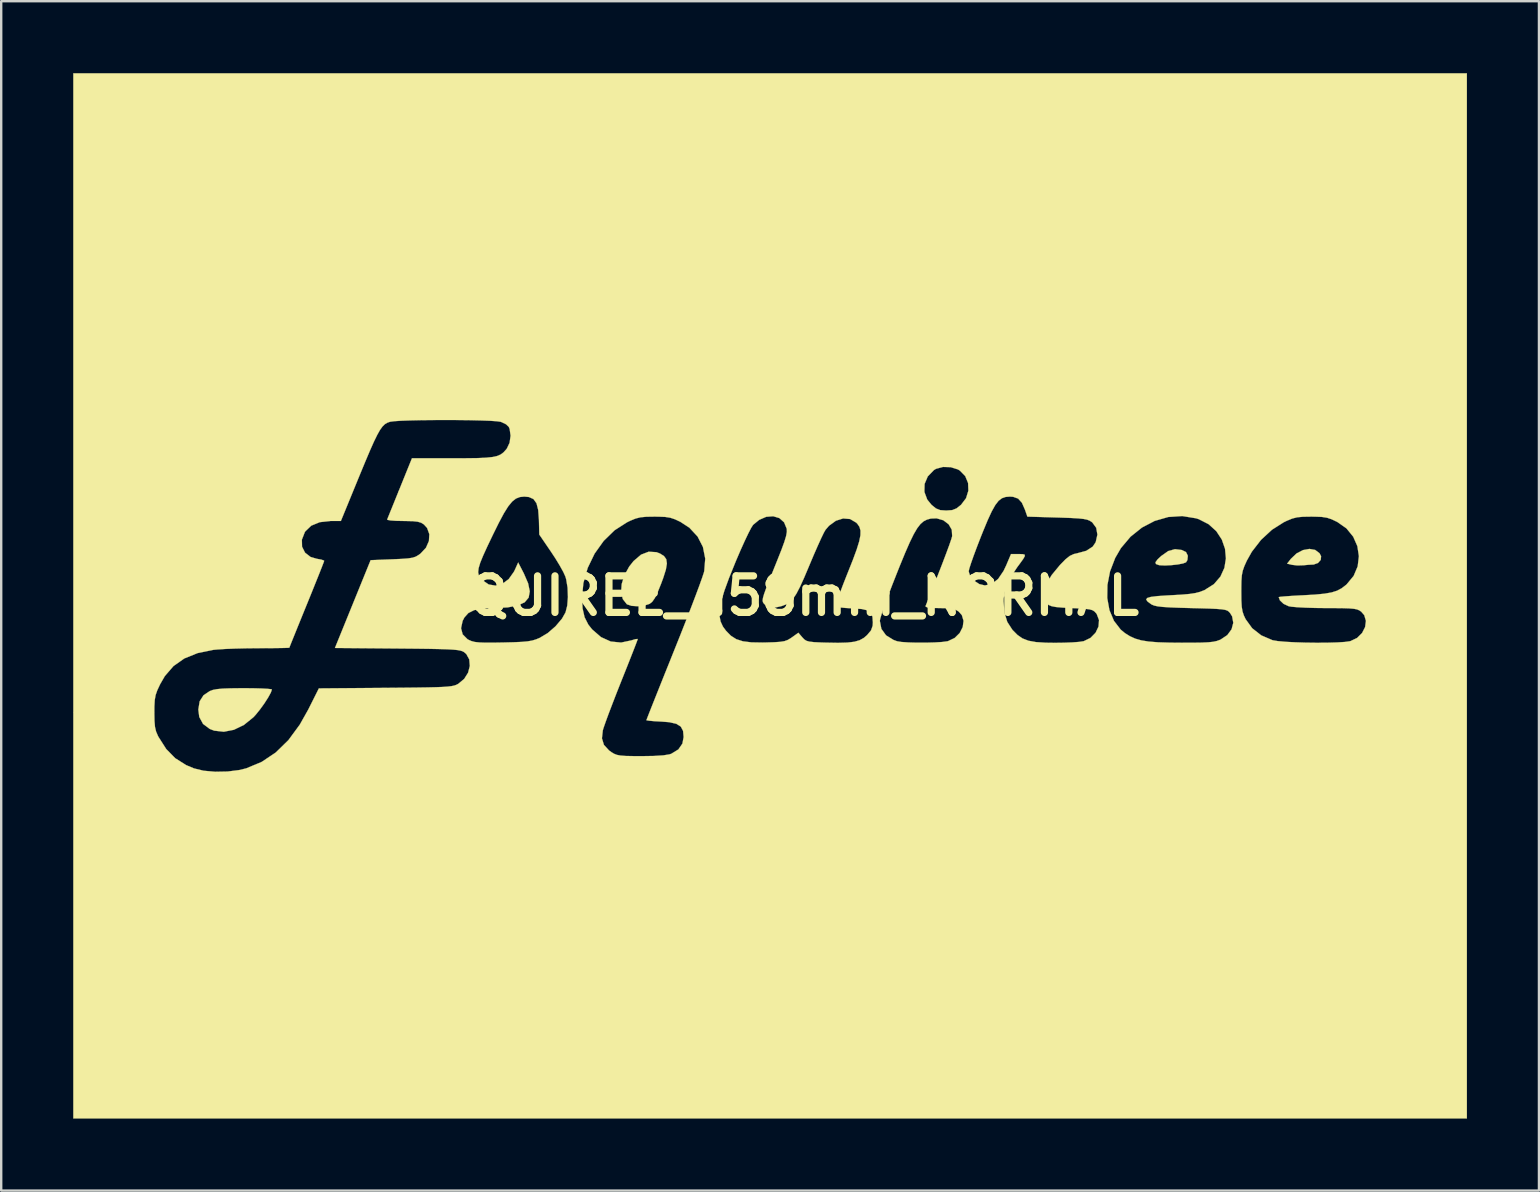
<source format=kicad_pcb>
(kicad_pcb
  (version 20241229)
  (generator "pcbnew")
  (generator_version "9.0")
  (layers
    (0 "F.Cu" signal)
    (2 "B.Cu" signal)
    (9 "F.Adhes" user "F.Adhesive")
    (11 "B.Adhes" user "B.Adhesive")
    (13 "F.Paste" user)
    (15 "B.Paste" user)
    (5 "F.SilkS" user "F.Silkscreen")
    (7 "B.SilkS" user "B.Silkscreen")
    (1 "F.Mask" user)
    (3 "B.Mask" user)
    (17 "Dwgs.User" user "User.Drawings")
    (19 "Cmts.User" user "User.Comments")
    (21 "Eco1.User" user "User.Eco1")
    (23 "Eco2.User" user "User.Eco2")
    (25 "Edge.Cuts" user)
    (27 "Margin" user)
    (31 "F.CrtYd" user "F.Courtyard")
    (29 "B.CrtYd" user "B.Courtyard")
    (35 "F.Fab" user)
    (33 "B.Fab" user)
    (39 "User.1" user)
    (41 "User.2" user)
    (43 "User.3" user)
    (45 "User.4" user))
  (footprint "ESQUIREE_a58mm_NORMAL"
    (layer "F.Cu")
    (at 29.034 21.776)
    (property "Reference" "ESQUIREE_a58mm_NORMAL" (at 0 0 0) (layer "F.SilkS") (effects (font (size 1.524 1.524) (thickness 0.3))))
    (attr through_hole)
    (fp_poly (pts (xy 22.71 -1.914) (xy 22.89 -1.777) (xy 22.956 -1.653) (xy 22.942 -1.501) (xy 22.826 -1.371) (xy 22.649 -1.307) (xy 22.619 -1.305) (xy 22.436 -1.296) (xy 22.212 -1.275) (xy 22.207 -1.275) (xy 21.965 -1.268) (xy 21.746 -1.294) (xy 21.54 -1.343) (xy 21.698 -1.544) (xy 21.935 -1.769) (xy 22.203 -1.908) (xy 22.471 -1.957) (xy 22.71 -1.914)) (stroke (width 0.01) (type solid)) (fill yes) (layer "F.SilkS"))
    (fp_poly (pts (xy 17.15 -1.912) (xy 17.328 -1.826) (xy 17.4 -1.682) (xy 17.403 -1.661) (xy 17.386 -1.492) (xy 17.33 -1.399) (xy 17.204 -1.351) (xy 16.983 -1.309) (xy 16.715 -1.28) (xy 16.452 -1.267) (xy 16.241 -1.276) (xy 16.202 -1.282) (xy 16.075 -1.328) (xy 16.056 -1.402) (xy 16.148 -1.525) (xy 16.294 -1.661) (xy 16.588 -1.868) (xy 16.869 -1.946) (xy 17.15 -1.912)) (stroke (width 0.01) (type solid)) (fill yes) (layer "F.SilkS"))
    (fp_poly (pts (xy -4.735 -1.821) (xy -4.586 -1.764) (xy -4.421 -1.66) (xy -4.326 -1.528) (xy -4.3 -1.347) (xy -4.342 -1.094) (xy -4.452 -0.747) (xy -4.548 -0.489) (xy -4.691 -0.137) (xy -4.808 0.1) (xy -4.913 0.248) (xy -5.02 0.332) (xy -5.022 0.333) (xy -5.244 0.404) (xy -5.514 0.432) (xy -5.772 0.415) (xy -5.958 0.353) (xy -5.97 0.345) (xy -6.137 0.133) (xy -6.206 -0.156) (xy -6.182 -0.496) (xy -6.068 -0.86) (xy -5.87 -1.221) (xy -5.687 -1.452) (xy -5.378 -1.717) (xy -5.059 -1.84) (xy -4.735 -1.821)) (stroke (width 0.01) (type solid)) (fill yes) (layer "F.SilkS"))
    (fp_poly (pts (xy -21.53 3.849) (xy -21.194 3.858) (xy -20.938 3.872) (xy -20.787 3.888) (xy -20.756 3.901) (xy -20.8 4.029) (xy -20.913 4.235) (xy -21.071 4.481) (xy -21.253 4.733) (xy -21.433 4.956) (xy -21.526 5.056) (xy -21.92 5.375) (xy -22.338 5.578) (xy -22.758 5.66) (xy -23.159 5.615) (xy -23.346 5.543) (xy -23.624 5.335) (xy -23.782 5.045) (xy -23.821 4.736) (xy -23.766 4.393) (xy -23.604 4.14) (xy -23.344 3.966) (xy -23.215 3.918) (xy -23.042 3.885) (xy -22.803 3.863) (xy -22.472 3.851) (xy -22.025 3.846) (xy -21.924 3.846) (xy -21.53 3.849)) (stroke (width 0.01) (type solid)) (fill yes) (layer "F.SilkS"))
    (fp_poly (pts (xy 29.029 21.771) (xy -29.029 21.771) (xy -29.029 4.861) (xy -25.654 4.861) (xy -25.648 5.21) (xy -25.627 5.459) (xy -25.582 5.65) (xy -25.506 5.828) (xy -25.481 5.876) (xy -25.16 6.379) (xy -24.785 6.762) (xy -24.332 7.049) (xy -24.001 7.188) (xy -23.601 7.285) (xy -23.118 7.328) (xy -22.605 7.318) (xy -22.115 7.256) (xy -21.828 7.186) (xy -21.182 6.917) (xy -20.597 6.526) (xy -20.068 6.009) (xy -19.593 5.362) (xy -19.24 4.734) (xy -18.799 3.854) (xy -16.022 3.832) (xy -15.311 3.826) (xy -14.731 3.82) (xy -14.266 3.813) (xy -13.902 3.804) (xy -13.623 3.793) (xy -13.416 3.778) (xy -13.265 3.759) (xy -13.155 3.735) (xy -13.071 3.705) (xy -13 3.668) (xy -12.99 3.663) (xy -12.745 3.459) (xy -12.582 3.199) (xy -12.51 2.917) (xy -12.533 2.647) (xy -12.657 2.422) (xy -12.754 2.34) (xy -12.818 2.306) (xy -12.905 2.279) (xy -13.03 2.256) (xy -13.209 2.239) (xy -13.456 2.225) (xy -13.786 2.215) (xy -14.214 2.206) (xy -14.756 2.199) (xy -15.425 2.193) (xy -15.539 2.192) (xy -18.13 2.17) (xy -17.795 1.346) (xy -12.876 1.346) (xy -12.808 1.603) (xy -12.61 1.802) (xy -12.551 1.836) (xy -12.437 1.885) (xy -12.302 1.92) (xy -12.12 1.94) (xy -11.865 1.95) (xy -11.511 1.949) (xy -11.14 1.943) (xy -10.689 1.932) (xy -10.353 1.917) (xy -10.105 1.895) (xy -9.916 1.862) (xy -9.755 1.814) (xy -9.599 1.75) (xy -9.263 1.549) (xy -8.939 1.267) (xy -8.67 0.949) (xy -8.522 0.687) (xy -8.451 0.406) (xy -8.424 0.068) (xy -7.837 0.068) (xy -7.812 0.528) (xy -7.729 0.889) (xy -7.576 1.192) (xy -7.416 1.395) (xy -7.044 1.718) (xy -6.639 1.902) (xy -6.209 1.945) (xy -5.788 1.856) (xy -5.618 1.805) (xy -5.523 1.794) (xy -5.515 1.801) (xy -5.541 1.877) (xy -5.614 2.07) (xy -5.727 2.36) (xy -5.872 2.729) (xy -6.043 3.159) (xy -6.2 3.552) (xy -6.393 4.039) (xy -6.571 4.5) (xy -6.728 4.911) (xy -6.852 5.25) (xy -6.937 5.495) (xy -6.969 5.6) (xy -7.006 5.935) (xy -6.923 6.207) (xy -6.709 6.44) (xy -6.611 6.511) (xy -6.502 6.577) (xy -6.386 6.623) (xy -6.236 6.652) (xy -6.023 6.669) (xy -5.718 6.675) (xy -5.357 6.677) (xy -4.837 6.669) (xy -4.454 6.645) (xy -4.198 6.604) (xy -4.116 6.578) (xy -3.821 6.397) (xy -3.653 6.153) (xy -3.602 5.881) (xy -3.625 5.626) (xy -3.72 5.446) (xy -3.906 5.329) (xy -4.202 5.262) (xy -4.538 5.236) (xy -4.816 5.221) (xy -5.029 5.202) (xy -5.142 5.184) (xy -5.153 5.178) (xy -5.126 5.106) (xy -5.051 4.913) (xy -4.933 4.614) (xy -4.777 4.222) (xy -4.589 3.751) (xy -4.375 3.215) (xy -4.139 2.629) (xy -3.99 2.257) (xy -3.739 1.63) (xy -3.503 1.031) (xy -3.425 0.83) (xy -2.108 0.83) (xy -2.062 1.069) (xy -1.964 1.281) (xy -1.835 1.456) (xy -1.633 1.661) (xy -1.408 1.804) (xy -1.131 1.893) (xy -0.775 1.937) (xy -0.311 1.945) (xy -0.208 1.943) (xy 0.161 1.932) (xy 0.418 1.915) (xy 0.598 1.886) (xy 0.732 1.838) (xy 0.856 1.765) (xy 0.907 1.73) (xy 1.179 1.536) (xy 1.345 1.73) (xy 1.425 1.814) (xy 1.513 1.871) (xy 1.639 1.906) (xy 1.834 1.928) (xy 2.127 1.942) (xy 2.326 1.948) (xy 2.833 1.957) (xy 3.219 1.946) (xy 3.511 1.911) (xy 3.732 1.847) (xy 3.906 1.75) (xy 4.041 1.634) (xy 4.205 1.438) (xy 4.273 1.246) (xy 4.282 1.11) (xy 4.277 1.038) (xy 4.571 1.038) (xy 4.637 1.375) (xy 4.83 1.643) (xy 5.145 1.837) (xy 5.293 1.891) (xy 5.474 1.92) (xy 5.759 1.94) (xy 6.111 1.95) (xy 6.488 1.95) (xy 6.852 1.94) (xy 7.164 1.921) (xy 7.382 1.892) (xy 7.416 1.884) (xy 7.692 1.752) (xy 7.9 1.546) (xy 8.026 1.298) (xy 8.06 1.04) (xy 7.99 0.803) (xy 7.864 0.658) (xy 7.742 0.581) (xy 7.589 0.535) (xy 7.369 0.513) (xy 7.058 0.508) (xy 6.746 0.502) (xy 6.56 0.484) (xy 6.482 0.449) (xy 6.48 0.417) (xy 6.736 -0.22) (xy 6.968 -0.808) (xy 7.051 -1.021) (xy 8.273 -1.021) (xy 8.337 -0.82) (xy 8.501 -0.631) (xy 8.72 -0.49) (xy 8.951 -0.435) (xy 9.241 -0.502) (xy 9.499 -0.703) (xy 9.728 -1.042) (xy 9.836 -1.269) (xy 10.037 -1.742) (xy 10.357 -1.742) (xy 10.518 -1.74) (xy 10.604 -1.72) (xy 10.614 -1.659) (xy 10.544 -1.535) (xy 10.393 -1.326) (xy 10.296 -1.196) (xy 9.992 -0.734) (xy 9.807 -0.309) (xy 9.73 0.107) (xy 9.727 0.218) (xy 9.763 0.698) (xy 9.882 1.085) (xy 10.093 1.411) (xy 10.109 1.429) (xy 10.307 1.628) (xy 10.515 1.772) (xy 10.762 1.868) (xy 11.076 1.925) (xy 11.486 1.952) (xy 11.865 1.957) (xy 12.247 1.952) (xy 12.598 1.938) (xy 12.883 1.916) (xy 13.062 1.888) (xy 13.068 1.887) (xy 13.35 1.75) (xy 13.56 1.536) (xy 13.683 1.278) (xy 13.704 1.008) (xy 13.61 0.759) (xy 13.585 0.725) (xy 13.514 0.648) (xy 13.429 0.595) (xy 13.301 0.56) (xy 13.103 0.536) (xy 12.805 0.518) (xy 12.569 0.508) (xy 12.182 0.488) (xy 11.911 0.464) (xy 11.731 0.43) (xy 11.612 0.382) (xy 11.546 0.333) (xy 11.41 0.119) (xy 11.408 0.089) (xy 14.046 0.089) (xy 14.138 0.595) (xy 14.326 1.041) (xy 14.607 1.405) (xy 14.781 1.549) (xy 14.99 1.68) (xy 15.209 1.78) (xy 15.462 1.853) (xy 15.772 1.903) (xy 16.162 1.934) (xy 16.656 1.949) (xy 17.127 1.953) (xy 17.616 1.952) (xy 17.985 1.947) (xy 18.257 1.934) (xy 18.457 1.913) (xy 18.609 1.88) (xy 18.737 1.834) (xy 18.773 1.818) (xy 19.048 1.634) (xy 19.227 1.391) (xy 19.298 1.121) (xy 19.25 0.855) (xy 19.165 0.716) (xy 19.114 0.658) (xy 19.052 0.614) (xy 18.96 0.582) (xy 18.817 0.559) (xy 18.604 0.542) (xy 18.298 0.528) (xy 17.881 0.516) (xy 17.547 0.508) (xy 17.031 0.494) (xy 16.639 0.478) (xy 16.351 0.459) (xy 16.147 0.435) (xy 16.005 0.404) (xy 15.906 0.364) (xy 15.872 0.343) (xy 15.725 0.234) (xy 15.668 0.151) (xy 15.71 0.089) (xy 15.863 0.043) (xy 16.136 0.009) (xy 16.541 -0.018) (xy 16.707 -0.027) (xy 17.146 -0.051) (xy 17.472 -0.08) (xy 17.717 -0.117) (xy 17.913 -0.168) (xy 17.943 -0.18) (xy 19.631 -0.18) (xy 19.634 0.188) (xy 19.649 0.45) (xy 19.681 0.645) (xy 19.736 0.811) (xy 19.812 0.971) (xy 20.085 1.348) (xy 20.464 1.645) (xy 20.921 1.842) (xy 20.943 1.849) (xy 21.152 1.884) (xy 21.471 1.913) (xy 21.869 1.934) (xy 22.315 1.948) (xy 22.777 1.954) (xy 23.225 1.951) (xy 23.625 1.94) (xy 23.948 1.919) (xy 24.162 1.889) (xy 24.18 1.884) (xy 24.456 1.752) (xy 24.664 1.546) (xy 24.79 1.298) (xy 24.824 1.04) (xy 24.754 0.803) (xy 24.628 0.658) (xy 24.549 0.604) (xy 24.456 0.564) (xy 24.326 0.538) (xy 24.135 0.521) (xy 23.861 0.512) (xy 23.481 0.508) (xy 23.159 0.508) (xy 22.721 0.503) (xy 22.316 0.491) (xy 21.972 0.473) (xy 21.72 0.451) (xy 21.609 0.432) (xy 21.392 0.331) (xy 21.239 0.185) (xy 21.191 0.052) (xy 21.259 0.038) (xy 21.446 0.021) (xy 21.726 0.001) (xy 22.072 -0.019) (xy 22.189 -0.024) (xy 22.7 -0.053) (xy 23.092 -0.091) (xy 23.392 -0.143) (xy 23.624 -0.216) (xy 23.814 -0.318) (xy 23.99 -0.453) (xy 24.022 -0.481) (xy 24.312 -0.832) (xy 24.481 -1.231) (xy 24.531 -1.653) (xy 24.467 -2.073) (xy 24.293 -2.468) (xy 24.012 -2.813) (xy 23.628 -3.082) (xy 23.624 -3.083) (xy 23.398 -3.191) (xy 23.203 -3.256) (xy 22.987 -3.29) (xy 22.7 -3.301) (xy 22.537 -3.302) (xy 22.202 -3.297) (xy 21.959 -3.274) (xy 21.754 -3.222) (xy 21.533 -3.131) (xy 21.402 -3.068) (xy 20.91 -2.756) (xy 20.454 -2.335) (xy 20.071 -1.841) (xy 19.864 -1.472) (xy 19.76 -1.243) (xy 19.693 -1.053) (xy 19.654 -0.859) (xy 19.636 -0.619) (xy 19.631 -0.287) (xy 19.631 -0.18) (xy 17.943 -0.18) (xy 18.092 -0.238) (xy 18.112 -0.247) (xy 18.491 -0.489) (xy 18.762 -0.803) (xy 18.928 -1.168) (xy 18.991 -1.561) (xy 18.954 -1.962) (xy 18.82 -2.347) (xy 18.591 -2.696) (xy 18.271 -2.986) (xy 17.86 -3.196) (xy 17.748 -3.232) (xy 17.171 -3.326) (xy 16.589 -3.287) (xy 16.023 -3.124) (xy 15.493 -2.847) (xy 15.017 -2.466) (xy 14.616 -1.991) (xy 14.378 -1.581) (xy 14.163 -1.021) (xy 14.054 -0.457) (xy 14.046 0.089) (xy 11.408 0.089) (xy 11.397 -0.159) (xy 11.506 -0.491) (xy 11.733 -0.87) (xy 12.077 -1.287) (xy 12.081 -1.291) (xy 12.309 -1.524) (xy 12.487 -1.666) (xy 12.654 -1.743) (xy 12.779 -1.771) (xy 13.174 -1.878) (xy 13.442 -2.052) (xy 13.566 -2.238) (xy 13.637 -2.554) (xy 13.587 -2.838) (xy 13.424 -3.06) (xy 13.402 -3.077) (xy 13.314 -3.134) (xy 13.207 -3.176) (xy 13.058 -3.206) (xy 12.843 -3.229) (xy 12.537 -3.246) (xy 12.119 -3.261) (xy 11.958 -3.266) (xy 10.719 -3.302) (xy 10.62 -3.587) (xy 10.491 -3.881) (xy 10.335 -4.053) (xy 10.125 -4.128) (xy 9.989 -4.137) (xy 9.812 -4.122) (xy 9.659 -4.069) (xy 9.519 -3.961) (xy 9.381 -3.783) (xy 9.233 -3.519) (xy 9.065 -3.155) (xy 8.866 -2.675) (xy 8.782 -2.465) (xy 8.622 -2.053) (xy 8.482 -1.678) (xy 8.372 -1.365) (xy 8.299 -1.138) (xy 8.273 -1.021) (xy 8.273 -1.021) (xy 7.051 -1.021) (xy 7.172 -1.333) (xy 7.341 -1.779) (xy 7.471 -2.132) (xy 7.555 -2.378) (xy 7.586 -2.489) (xy 7.57 -2.755) (xy 7.439 -2.983) (xy 7.219 -3.15) (xy 6.939 -3.231) (xy 6.697 -3.222) (xy 6.538 -3.179) (xy 6.396 -3.107) (xy 6.262 -2.99) (xy 6.127 -2.815) (xy 5.982 -2.567) (xy 5.818 -2.231) (xy 5.627 -1.794) (xy 5.4 -1.242) (xy 5.279 -0.939) (xy 5.088 -0.454) (xy 4.916 -0.003) (xy 4.772 0.392) (xy 4.661 0.712) (xy 4.592 0.935) (xy 4.571 1.038) (xy 4.277 1.038) (xy 4.265 0.869) (xy 4.198 0.705) (xy 4.059 0.604) (xy 3.823 0.548) (xy 3.468 0.521) (xy 3.435 0.519) (xy 3.142 0.503) (xy 2.906 0.48) (xy 2.763 0.454) (xy 2.74 0.443) (xy 2.749 0.364) (xy 2.807 0.171) (xy 2.907 -0.113) (xy 3.04 -0.468) (xy 3.199 -0.873) (xy 3.229 -0.947) (xy 3.447 -1.495) (xy 3.607 -1.93) (xy 3.712 -2.268) (xy 3.764 -2.526) (xy 3.767 -2.723) (xy 3.723 -2.876) (xy 3.636 -3.003) (xy 3.588 -3.052) (xy 3.333 -3.202) (xy 3.043 -3.226) (xy 2.742 -3.131) (xy 2.456 -2.923) (xy 2.309 -2.753) (xy 2.24 -2.632) (xy 2.128 -2.401) (xy 1.984 -2.083) (xy 1.818 -1.704) (xy 1.642 -1.288) (xy 1.635 -1.27) (xy 1.421 -0.764) (xy 1.245 -0.376) (xy 1.095 -0.089) (xy 0.959 0.117) (xy 0.823 0.257) (xy 0.676 0.351) (xy 0.504 0.417) (xy 0.453 0.432) (xy 0.179 0.494) (xy -0.008 0.493) (xy -0.15 0.423) (xy -0.215 0.365) (xy -0.266 0.313) (xy -0.299 0.259) (xy -0.311 0.188) (xy -0.296 0.081) (xy -0.25 -0.079) (xy -0.168 -0.308) (xy -0.046 -0.624) (xy 0.123 -1.043) (xy 0.297 -1.475) (xy 0.473 -1.918) (xy 0.594 -2.25) (xy 0.667 -2.492) (xy 0.698 -2.665) (xy 0.695 -2.791) (xy 0.694 -2.795) (xy 0.583 -3.065) (xy 0.386 -3.241) (xy 0.129 -3.318) (xy -0.161 -3.295) (xy -0.456 -3.167) (xy -0.708 -2.959) (xy -0.785 -2.84) (xy -0.905 -2.609) (xy -1.057 -2.29) (xy -1.23 -1.906) (xy -1.413 -1.48) (xy -1.457 -1.373) (xy -1.712 -0.742) (xy -1.902 -0.223) (xy -2.03 0.201) (xy -2.098 0.546) (xy -2.108 0.83) (xy -3.425 0.83) (xy -3.288 0.476) (xy -3.1 -0.018) (xy -2.945 -0.435) (xy -2.829 -0.759) (xy -2.759 -0.972) (xy -2.743 -1.033) (xy -2.702 -1.553) (xy -2.798 -2.038) (xy -3.021 -2.473) (xy -3.363 -2.841) (xy -3.736 -3.084) (xy -3.962 -3.191) (xy -4.157 -3.256) (xy -4.373 -3.29) (xy -4.661 -3.301) (xy -4.823 -3.302) (xy -5.157 -3.297) (xy -5.4 -3.274) (xy -5.606 -3.222) (xy -5.827 -3.131) (xy -5.959 -3.067) (xy -6.477 -2.735) (xy -6.933 -2.291) (xy -7.312 -1.76) (xy -7.599 -1.166) (xy -7.779 -0.537) (xy -7.837 0.068) (xy -8.424 0.068) (xy -8.423 0.044) (xy -8.437 -0.34) (xy -8.495 -0.691) (xy -8.529 -0.807) (xy -8.615 -0.996) (xy -8.764 -1.265) (xy -8.953 -1.575) (xy -9.128 -1.84) (xy -9.616 -2.555) (xy -9.631 -3.175) (xy -9.661 -3.579) (xy -9.732 -3.859) (xy -9.858 -4.034) (xy -10.048 -4.119) (xy -10.24 -4.137) (xy -10.423 -4.119) (xy -10.588 -4.055) (xy -10.746 -3.93) (xy -10.91 -3.73) (xy -11.092 -3.439) (xy -11.304 -3.042) (xy -11.538 -2.568) (xy -11.778 -2.067) (xy -11.956 -1.677) (xy -12.077 -1.38) (xy -12.144 -1.156) (xy -12.163 -0.989) (xy -12.138 -0.859) (xy -12.072 -0.748) (xy -11.988 -0.655) (xy -11.722 -0.475) (xy -11.436 -0.427) (xy -11.151 -0.505) (xy -10.889 -0.7) (xy -10.672 -1.007) (xy -10.631 -1.09) (xy -10.495 -1.392) (xy -10.258 -0.932) (xy -10.081 -0.522) (xy -10.013 -0.19) (xy -10.059 0.071) (xy -10.224 0.267) (xy -10.513 0.401) (xy -10.931 0.479) (xy -11.481 0.508) (xy -11.539 0.508) (xy -11.993 0.528) (xy -12.329 0.594) (xy -12.57 0.714) (xy -12.736 0.899) (xy -12.81 1.043) (xy -12.876 1.346) (xy -17.795 1.346) (xy -16.643 -1.488) (xy -15.736 -1.524) (xy -15.354 -1.541) (xy -15.085 -1.561) (xy -14.899 -1.59) (xy -14.764 -1.634) (xy -14.649 -1.701) (xy -14.566 -1.761) (xy -14.338 -2.004) (xy -14.214 -2.285) (xy -14.197 -2.572) (xy -14.291 -2.831) (xy -14.424 -2.977) (xy -14.536 -3.047) (xy -14.681 -3.09) (xy -14.892 -3.113) (xy -15.205 -3.12) (xy -15.292 -3.121) (xy -15.584 -3.127) (xy -15.809 -3.143) (xy -15.936 -3.166) (xy -15.954 -3.182) (xy -15.92 -3.266) (xy -15.841 -3.462) (xy -15.725 -3.747) (xy -15.582 -4.101) (xy -15.488 -4.333) (xy 6.428 -4.333) (xy 6.547 -4.013) (xy 6.724 -3.795) (xy 6.91 -3.643) (xy 7.088 -3.573) (xy 7.334 -3.556) (xy 7.336 -3.556) (xy 7.585 -3.573) (xy 7.767 -3.645) (xy 7.955 -3.794) (xy 8.164 -4.069) (xy 8.261 -4.383) (xy 8.249 -4.701) (xy 8.13 -4.991) (xy 7.907 -5.219) (xy 7.824 -5.269) (xy 7.524 -5.363) (xy 7.202 -5.372) (xy 6.915 -5.295) (xy 6.827 -5.243) (xy 6.57 -4.978) (xy 6.437 -4.665) (xy 6.428 -4.333) (xy -15.488 -4.333) (xy -15.425 -4.488) (xy -14.921 -5.733) (xy -13.226 -5.733) (xy -12.641 -5.735) (xy -12.182 -5.741) (xy -11.83 -5.757) (xy -11.566 -5.785) (xy -11.371 -5.828) (xy -11.226 -5.89) (xy -11.111 -5.975) (xy -11.009 -6.086) (xy -10.965 -6.141) (xy -10.853 -6.379) (xy -10.812 -6.674) (xy -10.85 -6.953) (xy -10.887 -7.041) (xy -11.002 -7.15) (xy -11.192 -7.241) (xy -11.231 -7.254) (xy -11.389 -7.276) (xy -11.667 -7.295) (xy -12.042 -7.309) (xy -12.491 -7.32) (xy -12.989 -7.326) (xy -13.511 -7.328) (xy -14.035 -7.326) (xy -14.535 -7.321) (xy -14.989 -7.311) (xy -15.372 -7.297) (xy -15.659 -7.278) (xy -15.828 -7.256) (xy -15.836 -7.254) (xy -15.947 -7.215) (xy -16.048 -7.155) (xy -16.147 -7.059) (xy -16.251 -6.915) (xy -16.368 -6.707) (xy -16.507 -6.422) (xy -16.674 -6.046) (xy -16.877 -5.566) (xy -17.125 -4.967) (xy -17.173 -4.85) (xy -17.882 -3.121) (xy -18.31 -3.121) (xy -18.762 -3.071) (xy -19.116 -2.926) (xy -19.364 -2.688) (xy -19.385 -2.655) (xy -19.507 -2.342) (xy -19.5 -2.049) (xy -19.375 -1.8) (xy -19.144 -1.621) (xy -18.887 -1.546) (xy -18.699 -1.512) (xy -18.589 -1.473) (xy -18.578 -1.46) (xy -18.605 -1.383) (xy -18.679 -1.191) (xy -18.794 -0.9) (xy -18.943 -0.529) (xy -19.117 -0.096) (xy -19.304 0.363) (xy -19.497 0.837) (xy -19.671 1.265) (xy -19.818 1.629) (xy -19.932 1.911) (xy -20.005 2.093) (xy -20.03 2.159) (xy -20.098 2.165) (xy -20.29 2.17) (xy -20.581 2.175) (xy -20.948 2.178) (xy -21.354 2.179) (xy -21.822 2.184) (xy -22.28 2.195) (xy -22.692 2.211) (xy -23.022 2.232) (xy -23.193 2.248) (xy -23.854 2.384) (xy -24.405 2.607) (xy -24.856 2.924) (xy -25.218 3.343) (xy -25.415 3.685) (xy -25.53 3.93) (xy -25.6 4.13) (xy -25.637 4.338) (xy -25.652 4.604) (xy -25.654 4.861) (xy -29.029 4.861) (xy -29.029 -21.771) (xy 29.029 -21.771) (xy 29.029 21.771)) (stroke (width 0.01) (type solid)) (fill yes) (layer "F.SilkS")))
  (gr_rect
    (start -3 -3)
    (end 61.067 46.553)
    (stroke (width 0.1) (type default))
    (fill no)
    (layer "Edge.Cuts")))
</source>
